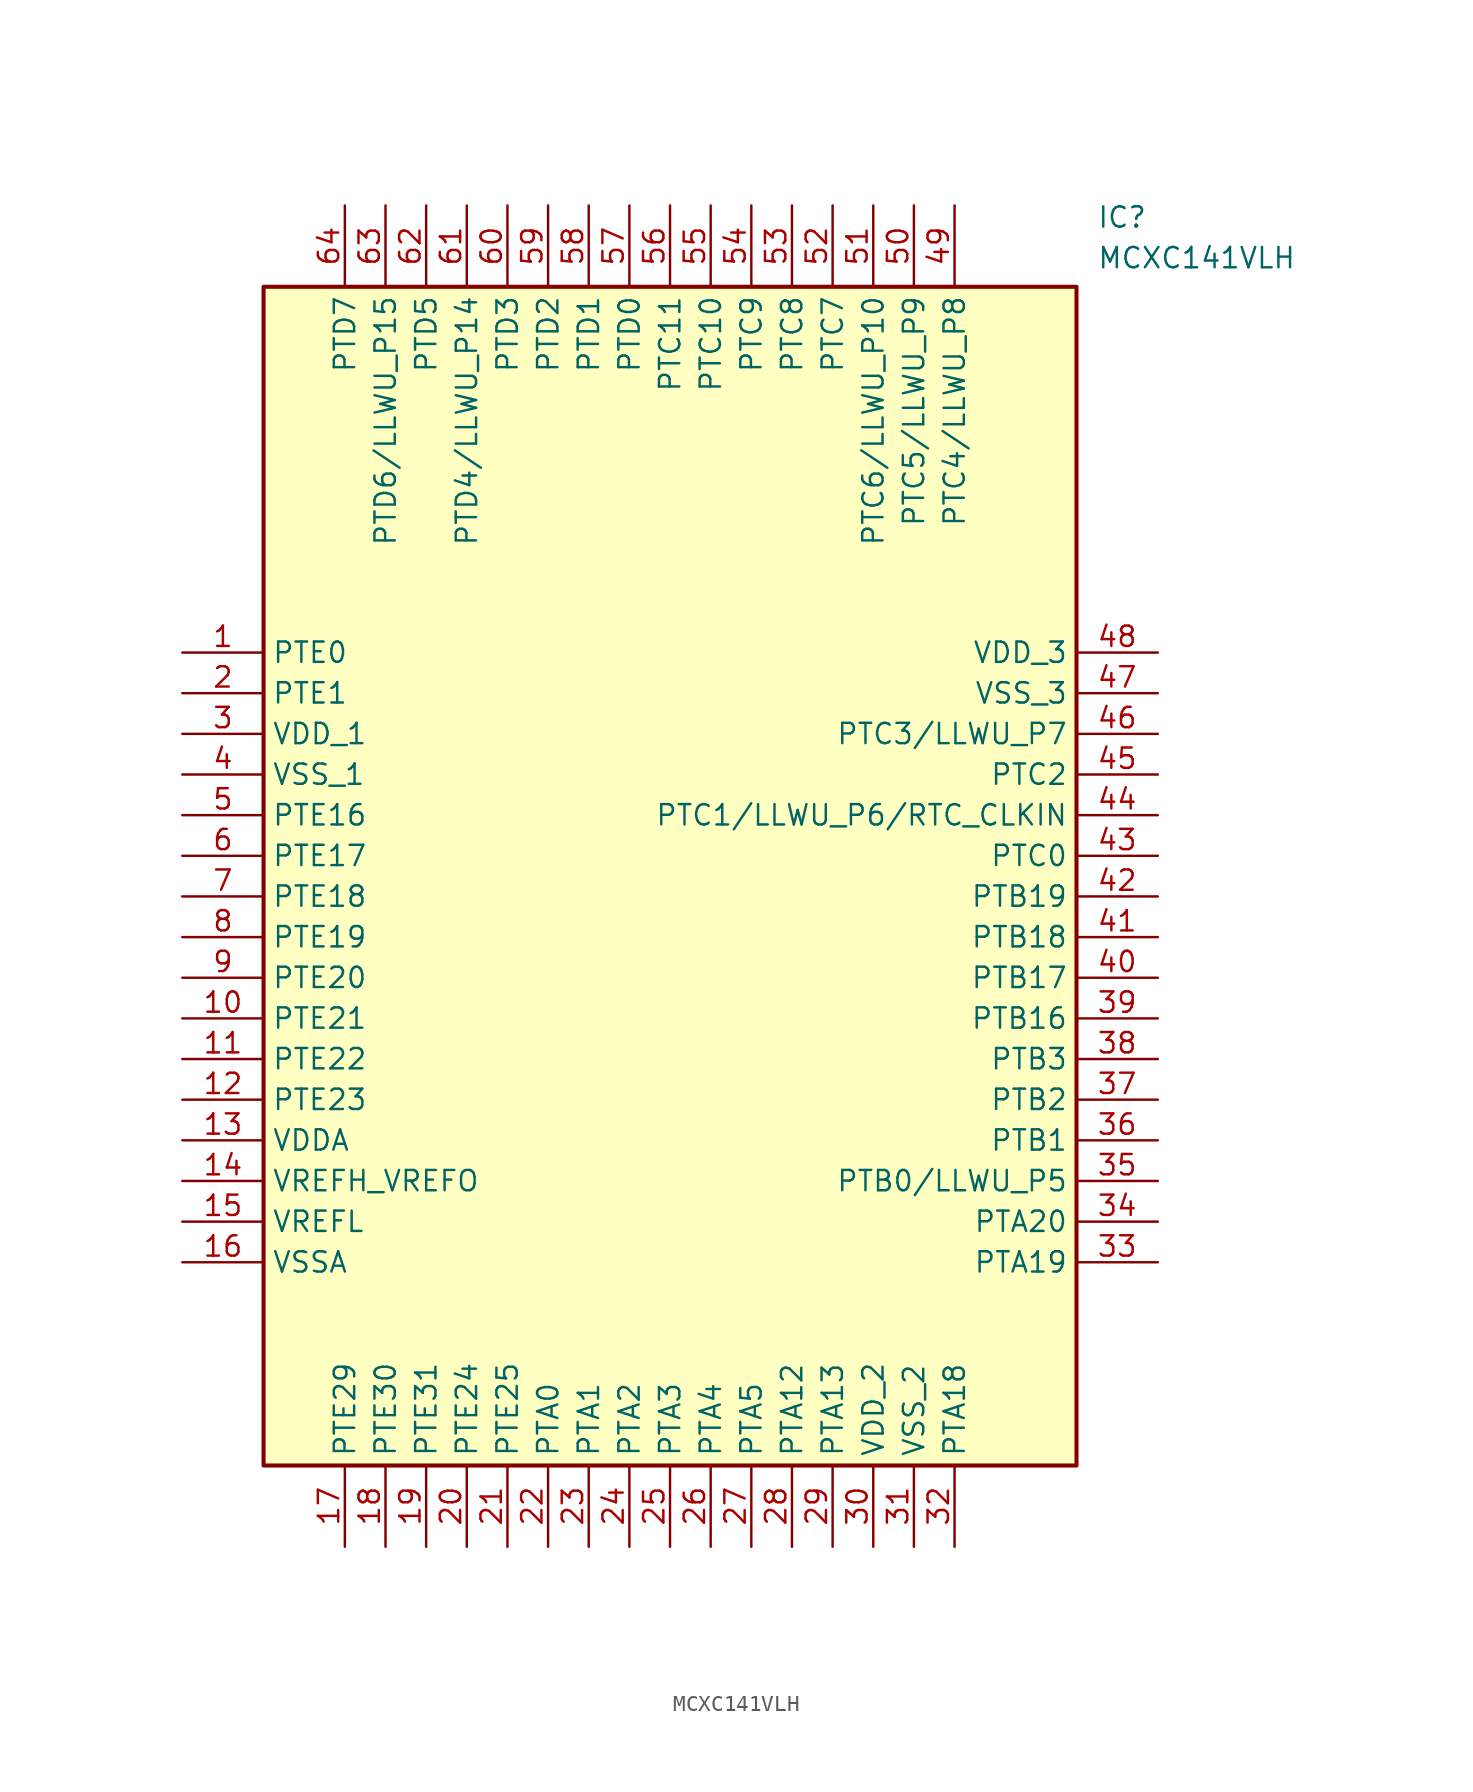
<source format=kicad_sym>
(kicad_symbol_lib
  (version 20211014)
  (generator SamacSys_ECAD_Model)
  (symbol "MCXC141VLH"
    (property "Reference" "IC"
      (at 57.15 27.94 0)
      (effects (font (size 1.27 1.27)) (justify left top)))
    (property "Value" "MCXC141VLH"
      (at 57.15 25.4 0)
      (effects (font (size 1.27 1.27)) (justify left top)))
    (rectangle
      (start 5.08 22.86)
      (end 55.88 -50.8)
      (stroke (width 0.254) (type default))
      (fill (type background)))
    (pin passive line
      (at 0 0 0)
      (length 5.08)
      (name "PTE0" (effects (font (size 1.27 1.27))))
      (number "1" (effects (font (size 1.27 1.27)))))
    (pin passive line
      (at 0 -2.54 0)
      (length 5.08)
      (name "PTE1" (effects (font (size 1.27 1.27))))
      (number "2" (effects (font (size 1.27 1.27)))))
    (pin passive line
      (at 0 -5.08 0)
      (length 5.08)
      (name "VDD_1" (effects (font (size 1.27 1.27))))
      (number "3" (effects (font (size 1.27 1.27)))))
    (pin passive line
      (at 0 -7.62 0)
      (length 5.08)
      (name "VSS_1" (effects (font (size 1.27 1.27))))
      (number "4" (effects (font (size 1.27 1.27)))))
    (pin passive line
      (at 0 -10.16 0)
      (length 5.08)
      (name "PTE16" (effects (font (size 1.27 1.27))))
      (number "5" (effects (font (size 1.27 1.27)))))
    (pin passive line
      (at 0 -12.7 0)
      (length 5.08)
      (name "PTE17" (effects (font (size 1.27 1.27))))
      (number "6" (effects (font (size 1.27 1.27)))))
    (pin passive line
      (at 0 -15.24 0)
      (length 5.08)
      (name "PTE18" (effects (font (size 1.27 1.27))))
      (number "7" (effects (font (size 1.27 1.27)))))
    (pin passive line
      (at 0 -17.78 0)
      (length 5.08)
      (name "PTE19" (effects (font (size 1.27 1.27))))
      (number "8" (effects (font (size 1.27 1.27)))))
    (pin passive line
      (at 0 -20.32 0)
      (length 5.08)
      (name "PTE20" (effects (font (size 1.27 1.27))))
      (number "9" (effects (font (size 1.27 1.27)))))
    (pin passive line
      (at 0 -22.86 0)
      (length 5.08)
      (name "PTE21" (effects (font (size 1.27 1.27))))
      (number "10" (effects (font (size 1.27 1.27)))))
    (pin passive line
      (at 0 -25.4 0)
      (length 5.08)
      (name "PTE22" (effects (font (size 1.27 1.27))))
      (number "11" (effects (font (size 1.27 1.27)))))
    (pin passive line
      (at 0 -27.94 0)
      (length 5.08)
      (name "PTE23" (effects (font (size 1.27 1.27))))
      (number "12" (effects (font (size 1.27 1.27)))))
    (pin passive line
      (at 0 -30.48 0)
      (length 5.08)
      (name "VDDA" (effects (font (size 1.27 1.27))))
      (number "13" (effects (font (size 1.27 1.27)))))
    (pin passive line
      (at 0 -33.02 0)
      (length 5.08)
      (name "VREFH_VREFO" (effects (font (size 1.27 1.27))))
      (number "14" (effects (font (size 1.27 1.27)))))
    (pin passive line
      (at 0 -35.56 0)
      (length 5.08)
      (name "VREFL" (effects (font (size 1.27 1.27))))
      (number "15" (effects (font (size 1.27 1.27)))))
    (pin passive line
      (at 0 -38.1 0)
      (length 5.08)
      (name "VSSA" (effects (font (size 1.27 1.27))))
      (number "16" (effects (font (size 1.27 1.27)))))
    (pin passive line
      (at 10.16 -55.88 90)
      (length 5.08)
      (name "PTE29" (effects (font (size 1.27 1.27))))
      (number "17" (effects (font (size 1.27 1.27)))))
    (pin passive line
      (at 12.7 -55.88 90)
      (length 5.08)
      (name "PTE30" (effects (font (size 1.27 1.27))))
      (number "18" (effects (font (size 1.27 1.27)))))
    (pin passive line
      (at 15.24 -55.88 90)
      (length 5.08)
      (name "PTE31" (effects (font (size 1.27 1.27))))
      (number "19" (effects (font (size 1.27 1.27)))))
    (pin passive line
      (at 17.78 -55.88 90)
      (length 5.08)
      (name "PTE24" (effects (font (size 1.27 1.27))))
      (number "20" (effects (font (size 1.27 1.27)))))
    (pin passive line
      (at 20.32 -55.88 90)
      (length 5.08)
      (name "PTE25" (effects (font (size 1.27 1.27))))
      (number "21" (effects (font (size 1.27 1.27)))))
    (pin passive line
      (at 22.86 -55.88 90)
      (length 5.08)
      (name "PTA0" (effects (font (size 1.27 1.27))))
      (number "22" (effects (font (size 1.27 1.27)))))
    (pin passive line
      (at 25.4 -55.88 90)
      (length 5.08)
      (name "PTA1" (effects (font (size 1.27 1.27))))
      (number "23" (effects (font (size 1.27 1.27)))))
    (pin passive line
      (at 27.94 -55.88 90)
      (length 5.08)
      (name "PTA2" (effects (font (size 1.27 1.27))))
      (number "24" (effects (font (size 1.27 1.27)))))
    (pin passive line
      (at 30.48 -55.88 90)
      (length 5.08)
      (name "PTA3" (effects (font (size 1.27 1.27))))
      (number "25" (effects (font (size 1.27 1.27)))))
    (pin passive line
      (at 33.02 -55.88 90)
      (length 5.08)
      (name "PTA4" (effects (font (size 1.27 1.27))))
      (number "26" (effects (font (size 1.27 1.27)))))
    (pin passive line
      (at 35.56 -55.88 90)
      (length 5.08)
      (name "PTA5" (effects (font (size 1.27 1.27))))
      (number "27" (effects (font (size 1.27 1.27)))))
    (pin passive line
      (at 38.1 -55.88 90)
      (length 5.08)
      (name "PTA12" (effects (font (size 1.27 1.27))))
      (number "28" (effects (font (size 1.27 1.27)))))
    (pin passive line
      (at 40.64 -55.88 90)
      (length 5.08)
      (name "PTA13" (effects (font (size 1.27 1.27))))
      (number "29" (effects (font (size 1.27 1.27)))))
    (pin passive line
      (at 43.18 -55.88 90)
      (length 5.08)
      (name "VDD_2" (effects (font (size 1.27 1.27))))
      (number "30" (effects (font (size 1.27 1.27)))))
    (pin passive line
      (at 45.72 -55.88 90)
      (length 5.08)
      (name "VSS_2" (effects (font (size 1.27 1.27))))
      (number "31" (effects (font (size 1.27 1.27)))))
    (pin passive line
      (at 48.26 -55.88 90)
      (length 5.08)
      (name "PTA18" (effects (font (size 1.27 1.27))))
      (number "32" (effects (font (size 1.27 1.27)))))
    (pin passive line
      (at 60.96 0 180)
      (length 5.08)
      (name "VDD_3" (effects (font (size 1.27 1.27))))
      (number "48" (effects (font (size 1.27 1.27)))))
    (pin passive line
      (at 60.96 -2.54 180)
      (length 5.08)
      (name "VSS_3" (effects (font (size 1.27 1.27))))
      (number "47" (effects (font (size 1.27 1.27)))))
    (pin passive line
      (at 60.96 -5.08 180)
      (length 5.08)
      (name "PTC3/LLWU_P7" (effects (font (size 1.27 1.27))))
      (number "46" (effects (font (size 1.27 1.27)))))
    (pin passive line
      (at 60.96 -7.62 180)
      (length 5.08)
      (name "PTC2" (effects (font (size 1.27 1.27))))
      (number "45" (effects (font (size 1.27 1.27)))))
    (pin passive line
      (at 60.96 -10.16 180)
      (length 5.08)
      (name "PTC1/LLWU_P6/RTC_CLKIN" (effects (font (size 1.27 1.27))))
      (number "44" (effects (font (size 1.27 1.27)))))
    (pin passive line
      (at 60.96 -12.7 180)
      (length 5.08)
      (name "PTC0" (effects (font (size 1.27 1.27))))
      (number "43" (effects (font (size 1.27 1.27)))))
    (pin passive line
      (at 60.96 -15.24 180)
      (length 5.08)
      (name "PTB19" (effects (font (size 1.27 1.27))))
      (number "42" (effects (font (size 1.27 1.27)))))
    (pin passive line
      (at 60.96 -17.78 180)
      (length 5.08)
      (name "PTB18" (effects (font (size 1.27 1.27))))
      (number "41" (effects (font (size 1.27 1.27)))))
    (pin passive line
      (at 60.96 -20.32 180)
      (length 5.08)
      (name "PTB17" (effects (font (size 1.27 1.27))))
      (number "40" (effects (font (size 1.27 1.27)))))
    (pin passive line
      (at 60.96 -22.86 180)
      (length 5.08)
      (name "PTB16" (effects (font (size 1.27 1.27))))
      (number "39" (effects (font (size 1.27 1.27)))))
    (pin passive line
      (at 60.96 -25.4 180)
      (length 5.08)
      (name "PTB3" (effects (font (size 1.27 1.27))))
      (number "38" (effects (font (size 1.27 1.27)))))
    (pin passive line
      (at 60.96 -27.94 180)
      (length 5.08)
      (name "PTB2" (effects (font (size 1.27 1.27))))
      (number "37" (effects (font (size 1.27 1.27)))))
    (pin passive line
      (at 60.96 -30.48 180)
      (length 5.08)
      (name "PTB1" (effects (font (size 1.27 1.27))))
      (number "36" (effects (font (size 1.27 1.27)))))
    (pin passive line
      (at 60.96 -33.02 180)
      (length 5.08)
      (name "PTB0/LLWU_P5" (effects (font (size 1.27 1.27))))
      (number "35" (effects (font (size 1.27 1.27)))))
    (pin passive line
      (at 60.96 -35.56 180)
      (length 5.08)
      (name "PTA20" (effects (font (size 1.27 1.27))))
      (number "34" (effects (font (size 1.27 1.27)))))
    (pin passive line
      (at 60.96 -38.1 180)
      (length 5.08)
      (name "PTA19" (effects (font (size 1.27 1.27))))
      (number "33" (effects (font (size 1.27 1.27)))))
    (pin passive line
      (at 10.16 27.94 270)
      (length 5.08)
      (name "PTD7" (effects (font (size 1.27 1.27))))
      (number "64" (effects (font (size 1.27 1.27)))))
    (pin passive line
      (at 12.7 27.94 270)
      (length 5.08)
      (name "PTD6/LLWU_P15" (effects (font (size 1.27 1.27))))
      (number "63" (effects (font (size 1.27 1.27)))))
    (pin passive line
      (at 15.24 27.94 270)
      (length 5.08)
      (name "PTD5" (effects (font (size 1.27 1.27))))
      (number "62" (effects (font (size 1.27 1.27)))))
    (pin passive line
      (at 17.78 27.94 270)
      (length 5.08)
      (name "PTD4/LLWU_P14" (effects (font (size 1.27 1.27))))
      (number "61" (effects (font (size 1.27 1.27)))))
    (pin passive line
      (at 20.32 27.94 270)
      (length 5.08)
      (name "PTD3" (effects (font (size 1.27 1.27))))
      (number "60" (effects (font (size 1.27 1.27)))))
    (pin passive line
      (at 22.86 27.94 270)
      (length 5.08)
      (name "PTD2" (effects (font (size 1.27 1.27))))
      (number "59" (effects (font (size 1.27 1.27)))))
    (pin passive line
      (at 25.4 27.94 270)
      (length 5.08)
      (name "PTD1" (effects (font (size 1.27 1.27))))
      (number "58" (effects (font (size 1.27 1.27)))))
    (pin passive line
      (at 27.94 27.94 270)
      (length 5.08)
      (name "PTD0" (effects (font (size 1.27 1.27))))
      (number "57" (effects (font (size 1.27 1.27)))))
    (pin passive line
      (at 30.48 27.94 270)
      (length 5.08)
      (name "PTC11" (effects (font (size 1.27 1.27))))
      (number "56" (effects (font (size 1.27 1.27)))))
    (pin passive line
      (at 33.02 27.94 270)
      (length 5.08)
      (name "PTC10" (effects (font (size 1.27 1.27))))
      (number "55" (effects (font (size 1.27 1.27)))))
    (pin passive line
      (at 35.56 27.94 270)
      (length 5.08)
      (name "PTC9" (effects (font (size 1.27 1.27))))
      (number "54" (effects (font (size 1.27 1.27)))))
    (pin passive line
      (at 38.1 27.94 270)
      (length 5.08)
      (name "PTC8" (effects (font (size 1.27 1.27))))
      (number "53" (effects (font (size 1.27 1.27)))))
    (pin passive line
      (at 40.64 27.94 270)
      (length 5.08)
      (name "PTC7" (effects (font (size 1.27 1.27))))
      (number "52" (effects (font (size 1.27 1.27)))))
    (pin passive line
      (at 43.18 27.94 270)
      (length 5.08)
      (name "PTC6/LLWU_P10" (effects (font (size 1.27 1.27))))
      (number "51" (effects (font (size 1.27 1.27)))))
    (pin passive line
      (at 45.72 27.94 270)
      (length 5.08)
      (name "PTC5/LLWU_P9" (effects (font (size 1.27 1.27))))
      (number "50" (effects (font (size 1.27 1.27)))))
    (pin passive line
      (at 48.26 27.94 270)
      (length 5.08)
      (name "PTC4/LLWU_P8" (effects (font (size 1.27 1.27))))
      (number "49" (effects (font (size 1.27 1.27)))))))
</source>
